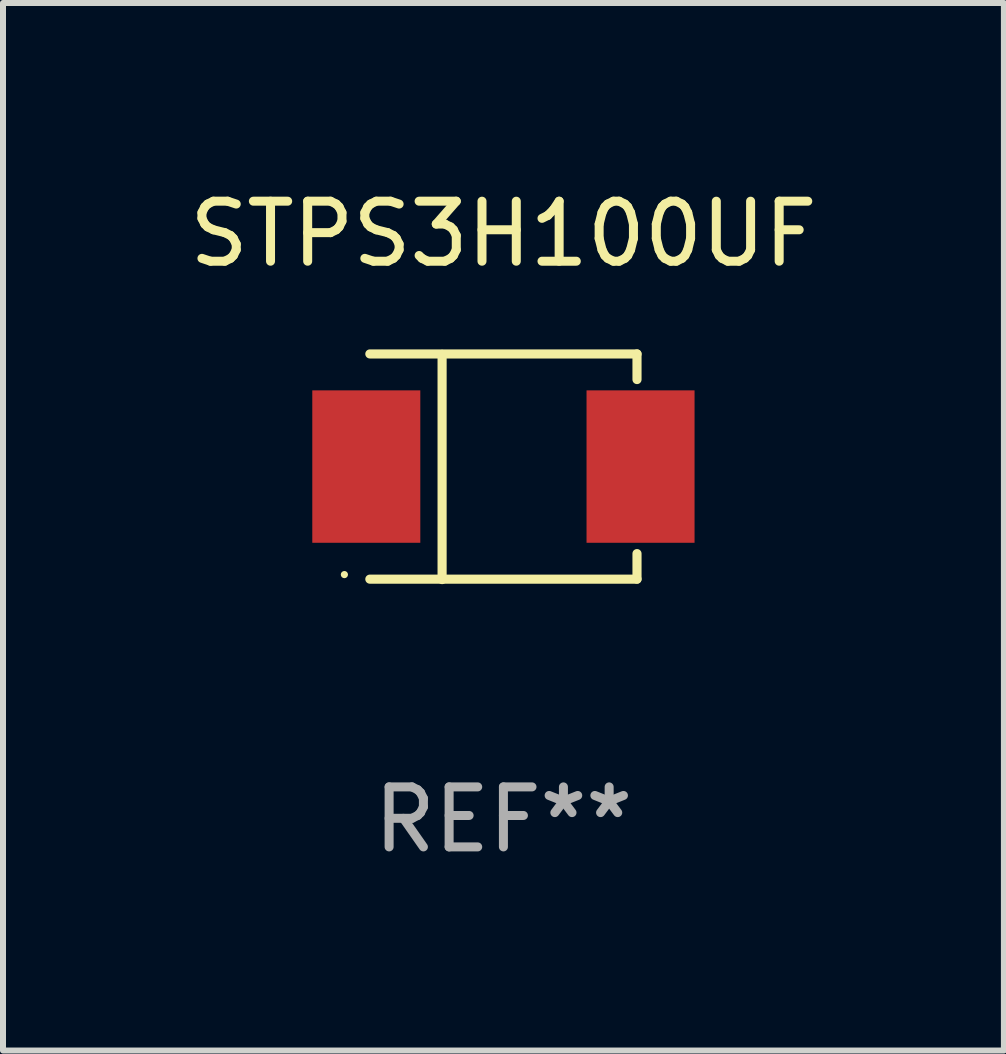
<source format=kicad_pcb>
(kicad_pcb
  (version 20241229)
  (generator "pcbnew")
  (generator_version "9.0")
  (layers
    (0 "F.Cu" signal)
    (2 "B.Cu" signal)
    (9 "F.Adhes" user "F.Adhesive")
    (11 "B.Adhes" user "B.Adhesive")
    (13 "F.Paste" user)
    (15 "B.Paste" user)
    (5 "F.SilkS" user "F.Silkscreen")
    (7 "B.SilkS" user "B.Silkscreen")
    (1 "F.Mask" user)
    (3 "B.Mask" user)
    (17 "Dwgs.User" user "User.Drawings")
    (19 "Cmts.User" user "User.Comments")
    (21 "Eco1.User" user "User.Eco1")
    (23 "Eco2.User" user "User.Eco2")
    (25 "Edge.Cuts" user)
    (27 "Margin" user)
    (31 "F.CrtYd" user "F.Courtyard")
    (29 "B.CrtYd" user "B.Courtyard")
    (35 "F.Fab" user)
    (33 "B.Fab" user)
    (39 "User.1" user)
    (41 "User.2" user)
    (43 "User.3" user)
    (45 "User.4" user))
  (footprint "STPS3H100UF"
    (layer "F.Cu")
    (at 5.339 4.728)
    (property "Reference" "STPS3H100UF" (at 0 -3.88 0) (layer "F.SilkS") (effects (font (size 1 1) (thickness 0.15))))
    (attr through_hole)
    (fp_line (start -2.226 -1.88) (end 2.226 -1.88) (stroke (width 0.152) (type solid)) (layer "F.SilkS"))
    (fp_line (start -2.226 1.873) (end 2.226 1.873) (stroke (width 0.152) (type solid)) (layer "F.SilkS"))
    (fp_line (start -1.022 -1.873) (end -1.022 1.88) (stroke (width 0.152) (type solid)) (layer "F.SilkS"))
    (fp_line (start 2.226 -1.88) (end 2.226 -1.453) (stroke (width 0.152) (type solid)) (layer "F.SilkS"))
    (fp_line (start 2.226 1.447) (end 2.226 1.873) (stroke (width 0.152) (type solid)) (layer "F.SilkS"))
    (fp_circle (center -2.65 1.797) (end -2.62 1.797) (stroke (width 0.06) (type solid)) (fill no) (layer "F.SilkS"))
    (fp_text user "REF**" (at 0 5.88 0) (layer "F.Fab") (effects (font (size 1 1) (thickness 0.15))))
    (pad "1" smd rect (at -2.285 -0.003) (size 1.8 2.54) (layers "F.Cu" "F.Mask" "F.Paste"))
    (pad "2" smd rect (at 2.285 -0.003) (size 1.8 2.54) (layers "F.Cu" "F.Mask" "F.Paste")))
  (gr_rect
    (start -3 -3)
    (end 13.679 14.456)
    (stroke (width 0.1) (type default))
    (fill no)
    (layer "Edge.Cuts")))
</source>
